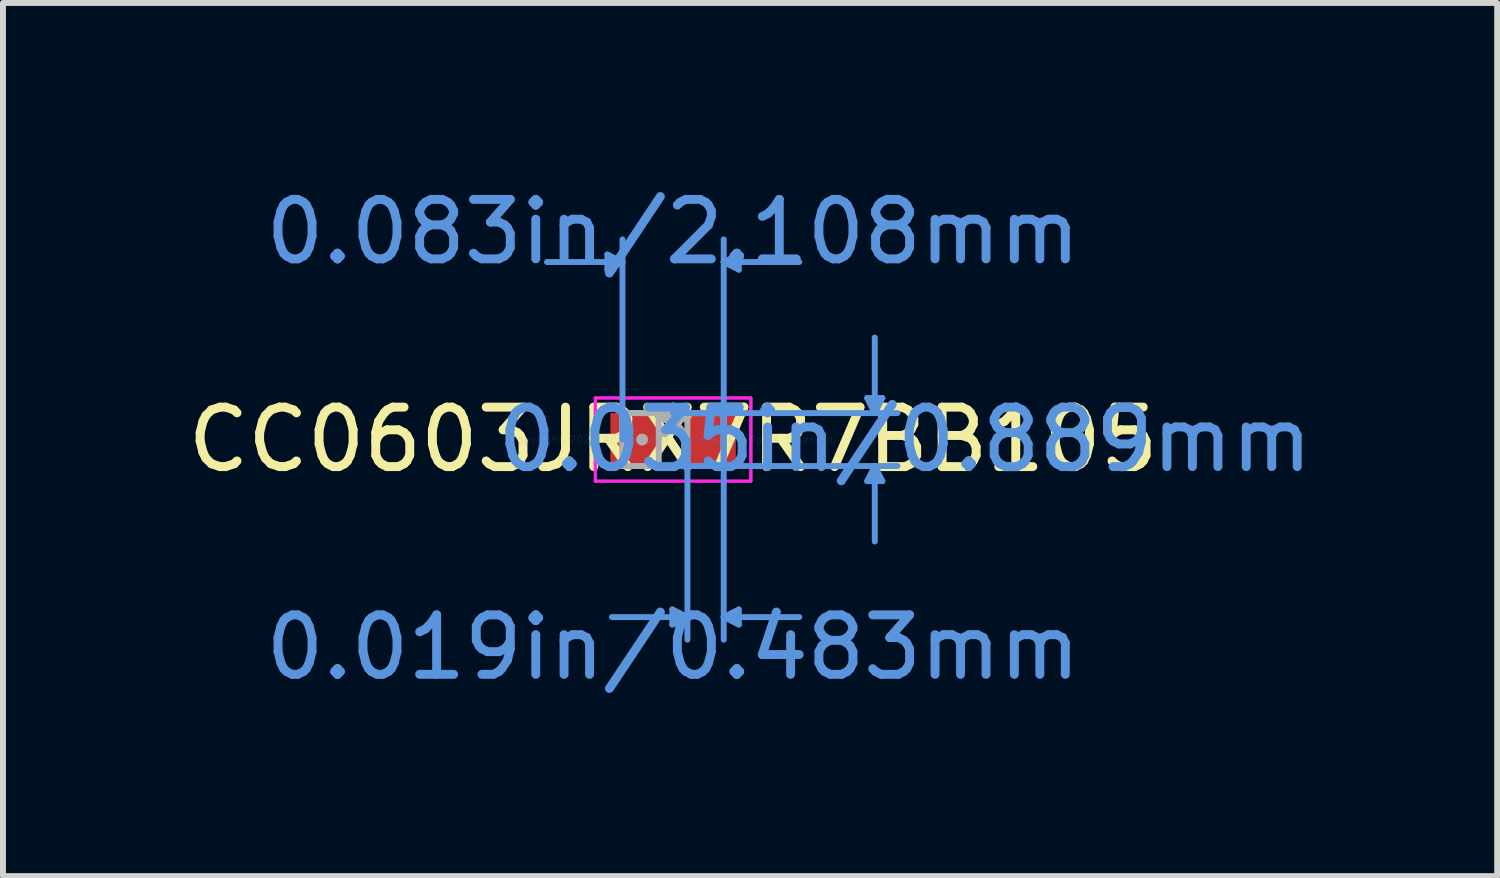
<source format=kicad_pcb>
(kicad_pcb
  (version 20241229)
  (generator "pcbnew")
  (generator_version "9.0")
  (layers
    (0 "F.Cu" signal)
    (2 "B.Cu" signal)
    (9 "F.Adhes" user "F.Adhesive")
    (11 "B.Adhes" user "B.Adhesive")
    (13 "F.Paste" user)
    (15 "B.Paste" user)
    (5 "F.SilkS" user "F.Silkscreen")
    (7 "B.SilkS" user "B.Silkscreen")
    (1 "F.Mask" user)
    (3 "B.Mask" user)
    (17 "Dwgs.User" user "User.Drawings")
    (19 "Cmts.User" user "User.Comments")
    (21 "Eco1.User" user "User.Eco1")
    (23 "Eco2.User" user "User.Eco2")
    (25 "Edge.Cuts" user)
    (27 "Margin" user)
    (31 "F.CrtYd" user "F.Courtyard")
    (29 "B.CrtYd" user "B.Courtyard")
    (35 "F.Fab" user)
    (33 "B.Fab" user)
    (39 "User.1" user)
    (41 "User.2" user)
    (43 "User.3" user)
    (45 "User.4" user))
  (footprint "CC0603JRX7R7BB105"
    (layer "F.Cu")
    (at 8.268 4.341)
    (property "Reference" "CC0603JRX7R7BB105" (at 0 0 0) (layer "F.SilkS") (effects (font (size 1 1) (thickness 0.15))))
    (attr through_hole)
    (fp_line (start -1.105 -3.111) (end -1.105 -2.857) (stroke (width 0.1) (type solid)) (layer "Cmts.User"))
    (fp_line (start -0.851 -2.985) (end -2.121 -2.985) (stroke (width 0.1) (type solid)) (layer "Cmts.User"))
    (fp_line (start -0.851 -2.985) (end -1.105 -3.111) (stroke (width 0.1) (type solid)) (layer "Cmts.User"))
    (fp_line (start -0.851 -2.985) (end -1.105 -2.857) (stroke (width 0.1) (type solid)) (layer "Cmts.User"))
    (fp_line (start -0.851 0) (end -0.851 -3.365) (stroke (width 0.1) (type solid)) (layer "Cmts.User"))
    (fp_line (start -0.013 2.857) (end -0.013 3.111) (stroke (width 0.1) (type solid)) (layer "Cmts.User"))
    (fp_line (start 0 -0.445) (end 3.772 -0.445) (stroke (width 0.1) (type solid)) (layer "Cmts.User"))
    (fp_line (start 0 0.445) (end 3.772 0.445) (stroke (width 0.1) (type solid)) (layer "Cmts.User"))
    (fp_line (start 0.241 0) (end 0.241 3.365) (stroke (width 0.1) (type solid)) (layer "Cmts.User"))
    (fp_line (start 0.241 2.985) (end -1.029 2.985) (stroke (width 0.1) (type solid)) (layer "Cmts.User"))
    (fp_line (start 0.241 2.985) (end -0.013 2.857) (stroke (width 0.1) (type solid)) (layer "Cmts.User"))
    (fp_line (start 0.241 2.985) (end -0.013 3.111) (stroke (width 0.1) (type solid)) (layer "Cmts.User"))
    (fp_line (start 0.851 -2.985) (end 1.105 -3.111) (stroke (width 0.1) (type solid)) (layer "Cmts.User"))
    (fp_line (start 0.851 -2.985) (end 1.105 -2.857) (stroke (width 0.1) (type solid)) (layer "Cmts.User"))
    (fp_line (start 0.851 -2.985) (end 2.121 -2.985) (stroke (width 0.1) (type solid)) (layer "Cmts.User"))
    (fp_line (start 0.851 0) (end 0.851 -3.365) (stroke (width 0.1) (type solid)) (layer "Cmts.User"))
    (fp_line (start 0.851 0) (end 0.851 3.365) (stroke (width 0.1) (type solid)) (layer "Cmts.User"))
    (fp_line (start 0.851 2.985) (end 1.105 2.857) (stroke (width 0.1) (type solid)) (layer "Cmts.User"))
    (fp_line (start 0.851 2.985) (end 1.105 3.111) (stroke (width 0.1) (type solid)) (layer "Cmts.User"))
    (fp_line (start 0.851 2.985) (end 2.121 2.985) (stroke (width 0.1) (type solid)) (layer "Cmts.User"))
    (fp_line (start 1.105 -3.111) (end 1.105 -2.857) (stroke (width 0.1) (type solid)) (layer "Cmts.User"))
    (fp_line (start 1.105 2.857) (end 1.105 3.111) (stroke (width 0.1) (type solid)) (layer "Cmts.User"))
    (fp_line (start 3.264 -0.699) (end 3.518 -0.699) (stroke (width 0.1) (type solid)) (layer "Cmts.User"))
    (fp_line (start 3.264 0.699) (end 3.518 0.699) (stroke (width 0.1) (type solid)) (layer "Cmts.User"))
    (fp_line (start 3.391 -0.445) (end 3.264 -0.699) (stroke (width 0.1) (type solid)) (layer "Cmts.User"))
    (fp_line (start 3.391 -0.445) (end 3.391 -1.714) (stroke (width 0.1) (type solid)) (layer "Cmts.User"))
    (fp_line (start 3.391 -0.445) (end 3.518 -0.699) (stroke (width 0.1) (type solid)) (layer "Cmts.User"))
    (fp_line (start 3.391 0.445) (end 3.264 0.699) (stroke (width 0.1) (type solid)) (layer "Cmts.User"))
    (fp_line (start 3.391 0.445) (end 3.391 1.714) (stroke (width 0.1) (type solid)) (layer "Cmts.User"))
    (fp_line (start 3.391 0.445) (end 3.518 0.699) (stroke (width 0.1) (type solid)) (layer "Cmts.User"))
    (fp_line (start -1.308 -0.699) (end 1.308 -0.699) (stroke (width 0.05) (type solid)) (layer "F.CrtYd"))
    (fp_line (start -1.308 -0.699) (end 1.308 -0.699) (stroke (width 0.05) (type solid)) (layer "F.CrtYd"))
    (fp_line (start -1.308 0.699) (end -1.308 -0.699) (stroke (width 0.05) (type solid)) (layer "F.CrtYd"))
    (fp_line (start -1.308 0.699) (end -1.308 -0.699) (stroke (width 0.05) (type solid)) (layer "F.CrtYd"))
    (fp_line (start 1.308 -0.699) (end 1.308 0.699) (stroke (width 0.05) (type solid)) (layer "F.CrtYd"))
    (fp_line (start 1.308 -0.699) (end 1.308 0.699) (stroke (width 0.05) (type solid)) (layer "F.CrtYd"))
    (fp_line (start 1.308 0.699) (end -1.308 0.699) (stroke (width 0.05) (type solid)) (layer "F.CrtYd"))
    (fp_line (start 1.308 0.699) (end -1.308 0.699) (stroke (width 0.05) (type solid)) (layer "F.CrtYd"))
    (fp_line (start -0.851 -0.445) (end -0.851 0.445) (stroke (width 0.1) (type solid)) (layer "F.Fab"))
    (fp_line (start -0.851 -0.445) (end -0.851 0.445) (stroke (width 0.1) (type solid)) (layer "F.Fab"))
    (fp_line (start -0.851 0.445) (end -0.241 0.445) (stroke (width 0.1) (type solid)) (layer "F.Fab"))
    (fp_line (start -0.851 0.445) (end 0.851 0.445) (stroke (width 0.1) (type solid)) (layer "F.Fab"))
    (fp_line (start -0.241 -0.445) (end -0.851 -0.445) (stroke (width 0.1) (type solid)) (layer "F.Fab"))
    (fp_line (start -0.241 0.445) (end -0.241 -0.445) (stroke (width 0.1) (type solid)) (layer "F.Fab"))
    (fp_line (start 0.241 -0.445) (end 0.241 0.445) (stroke (width 0.1) (type solid)) (layer "F.Fab"))
    (fp_line (start 0.241 0.445) (end 0.851 0.445) (stroke (width 0.1) (type solid)) (layer "F.Fab"))
    (fp_line (start 0.851 -0.445) (end -0.851 -0.445) (stroke (width 0.1) (type solid)) (layer "F.Fab"))
    (fp_line (start 0.851 -0.445) (end 0.241 -0.445) (stroke (width 0.1) (type solid)) (layer "F.Fab"))
    (fp_line (start 0.851 0.445) (end 0.851 -0.445) (stroke (width 0.1) (type solid)) (layer "F.Fab"))
    (fp_line (start 0.851 0.445) (end 0.851 -0.445) (stroke (width 0.1) (type solid)) (layer "F.Fab"))
    (fp_circle (center -0.521 0) (end -0.521 0) (stroke (width 0.1) (type solid)) (fill no) (layer "F.Fab"))
    (fp_text user "*" (at 0 0 0) (layer "F.SilkS") (effects (font (size 1 1) (thickness 0.15))))
    (fp_text user "0.019in/0.483mm" (at 0 3.493 0) (layer "Cmts.User") (effects (font (size 1 1) (thickness 0.15))))
    (fp_text user "0.083in/2.108mm" (at 0 -3.493 0) (layer "Cmts.User") (effects (font (size 1 1) (thickness 0.15))))
    (fp_text user "0.035in/0.889mm" (at 3.899 0 0) (layer "Cmts.User") (effects (font (size 1 1) (thickness 0.15))))
    (fp_text user "Copyright 2021 Accelerated Designs. All rights reserved." (at 0 0 0) (layer "Cmts.User") (effects (font (size 0.127 0.127) (thickness 0.002))))
    (fp_text user "*" (at 0 0 0) (layer "F.Fab") (effects (font (size 1 1) (thickness 0.15))))
    (pad "1" smd rect (at -0.648 0) (size 0.813 0.889) (layers "F.Cu" "F.Mask" "F.Paste"))
    (pad "2" smd rect (at 0.648 0) (size 0.813 0.889) (layers "F.Cu" "F.Mask" "F.Paste")))
  (gr_rect
    (start -3 -3)
    (end 22.125 11.681)
    (stroke (width 0.1) (type default))
    (fill no)
    (layer "Edge.Cuts")))
</source>
